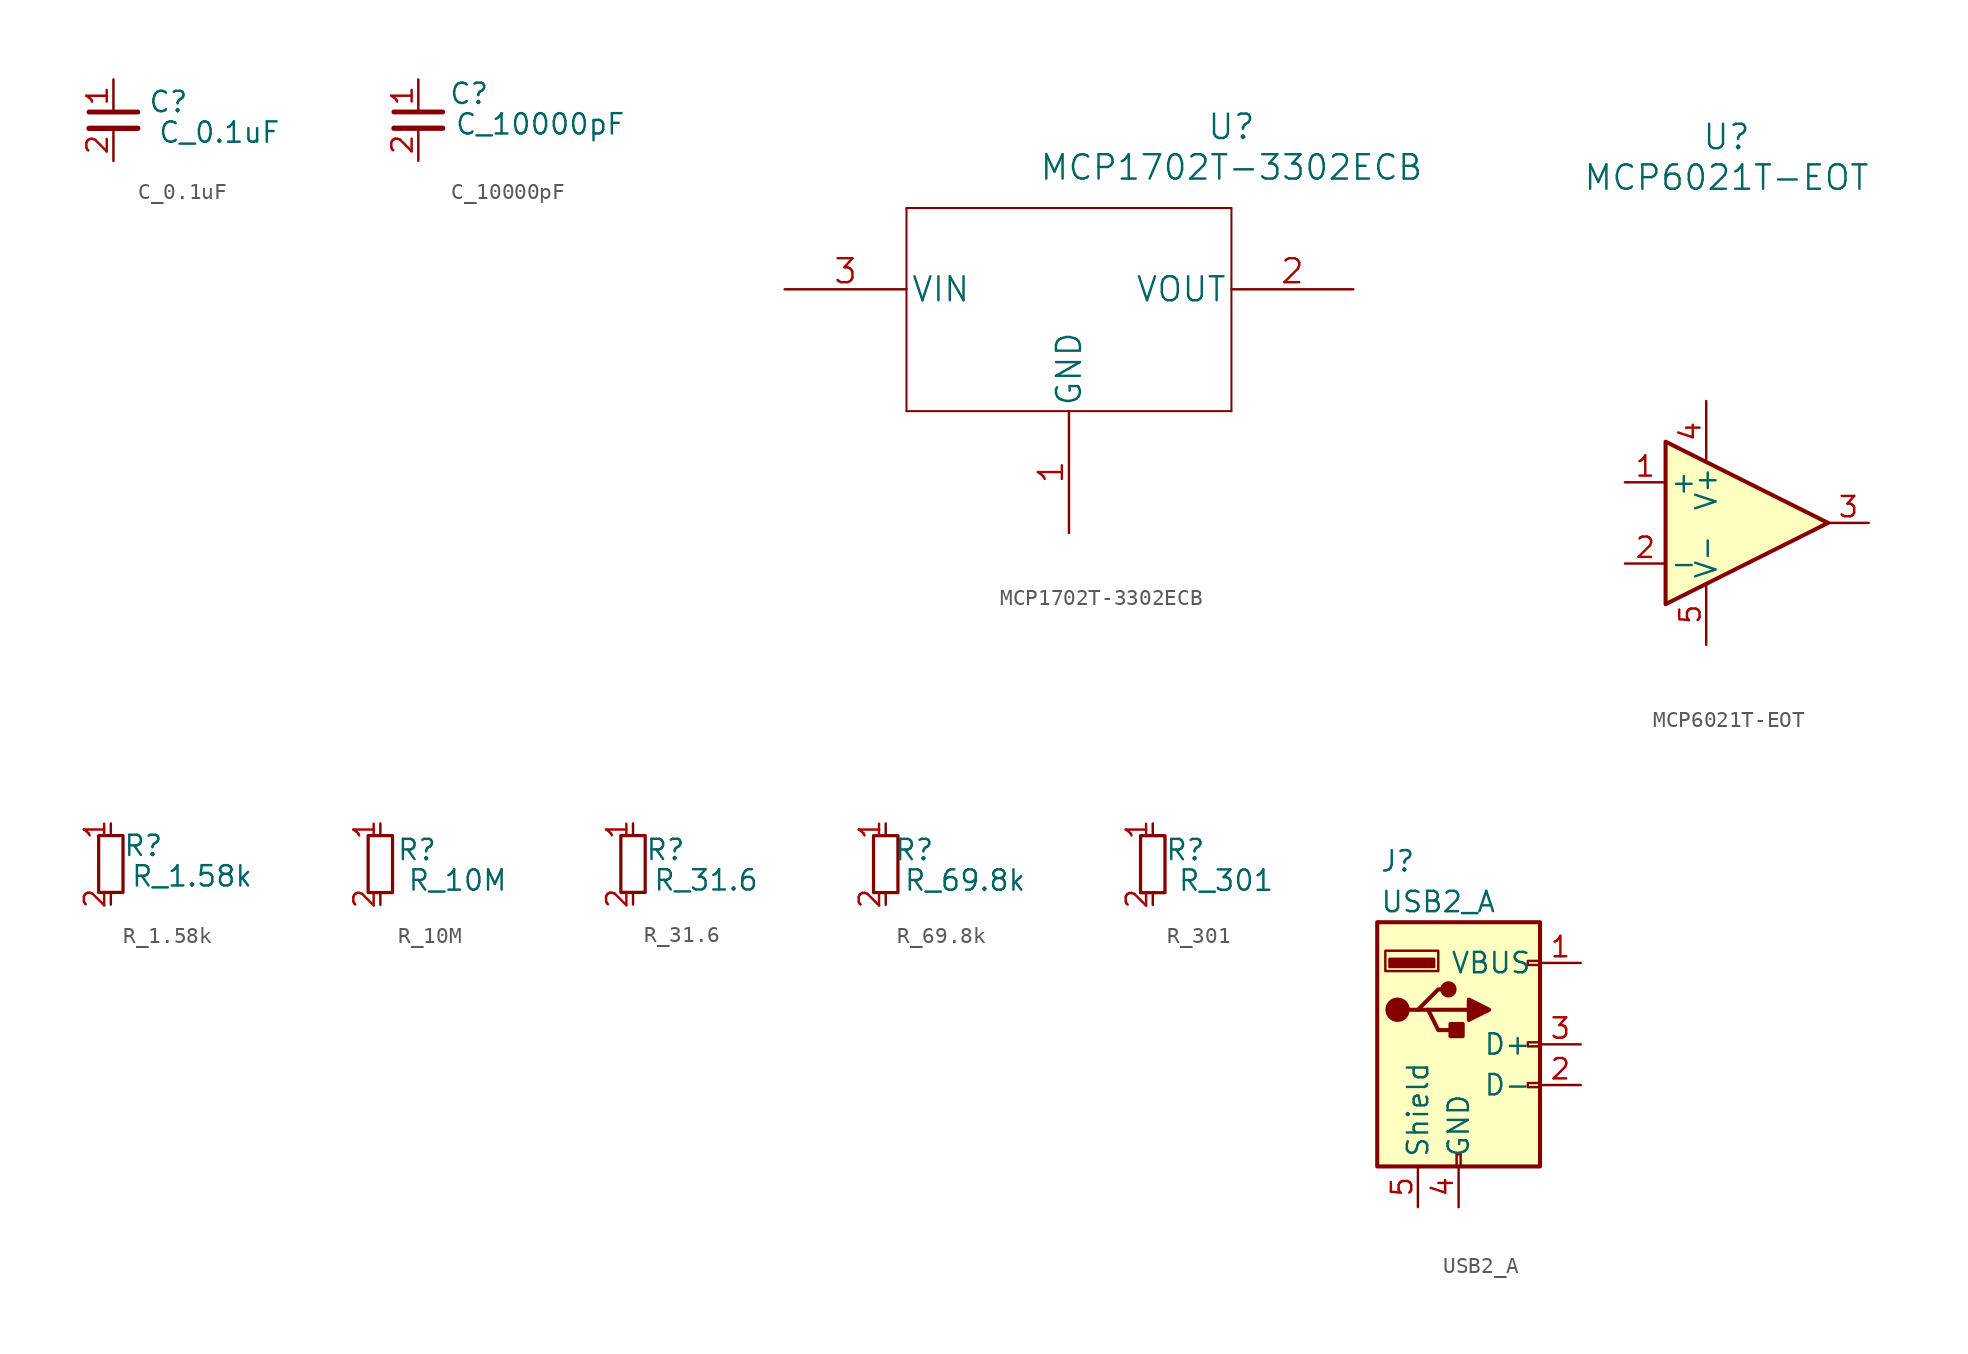
<source format=kicad_sym>
(kicad_symbol_lib
  (version 20211014)
  (generator kicad_symbol_editor)
  (symbol "C_0.1uF"
    (property "Reference" "C"
      (at -1.397 7.493 0)
      (effects (font (size 1.27 1.27))))
    (property "Value" "C_0.1uF"
      (at 1.778 5.588 0)
      (effects (font (size 1.27 1.27))))
    (symbol "C_0.1uF_0_1"
      (polyline (pts (xy -6.35 5.842) (xy -3.302 5.842)) (stroke (width 0.33) (type default) (color 0 0 0 0)) (fill (type none)))
      (polyline (pts (xy -6.35 6.858) (xy -3.302 6.858)) (stroke (width 0.305) (type default) (color 0 0 0 0)) (fill (type none))))
    (symbol "C_0.1uF_1_1"
      (pin passive line (at -4.826 8.89 270) (length 2.032) (name "~" (effects (font (size 1.27 1.27)))) (number "1" (effects (font (size 1.27 1.27)))))
      (pin passive line (at -4.826 3.81 90) (length 2.032) (name "~" (effects (font (size 1.27 1.27)))) (number "2" (effects (font (size 1.27 1.27)))))))
  (symbol "C_10000pF"
    (property "Reference" "C"
      (at -1.397 10.033 0)
      (effects (font (size 1.27 1.27))))
    (property "Value" "C_10000pF"
      (at 3.048 8.128 0)
      (effects (font (size 1.27 1.27))))
    (symbol "C_10000pF_0_1"
      (polyline (pts (xy -6.096 7.874) (xy -3.048 7.874)) (stroke (width 0.33) (type default) (color 0 0 0 0)) (fill (type none)))
      (polyline (pts (xy -6.096 8.89) (xy -3.048 8.89)) (stroke (width 0.305) (type default) (color 0 0 0 0)) (fill (type none))))
    (symbol "C_10000pF_1_1"
      (pin passive line (at -4.572 10.922 270) (length 2.032) (name "~" (effects (font (size 1.27 1.27)))) (number "1" (effects (font (size 1.27 1.27)))))
      (pin passive line (at -4.572 5.842 90) (length 2.032) (name "~" (effects (font (size 1.27 1.27)))) (number "2" (effects (font (size 1.27 1.27)))))))
  (symbol "MCP1702T-3302ECB"
    (pin_names
      (offset 0.254))
    (property "Reference" "U"
      (at 27.94 10.16 0)
      (effects (font (size 1.524 1.524))))
    (property "Value" "MCP1702T-3302ECB"
      (at 27.94 7.62 0)
      (effects (font (size 1.524 1.524))))
    (symbol "MCP1702T-3302ECB_1_1"
      (polyline (pts (xy 7.62 -7.62) (xy 27.94 -7.62)) (stroke (width 0.127) (type default) (color 0 0 0 0)) (fill (type none)))
      (polyline (pts (xy 7.62 5.08) (xy 7.62 -7.62)) (stroke (width 0.127) (type default) (color 0 0 0 0)) (fill (type none)))
      (polyline (pts (xy 27.94 -7.62) (xy 27.94 5.08)) (stroke (width 0.127) (type default) (color 0 0 0 0)) (fill (type none)))
      (polyline (pts (xy 27.94 5.08) (xy 7.62 5.08)) (stroke (width 0.127) (type default) (color 0 0 0 0)) (fill (type none)))
      (pin power_in line (at 17.78 -15.24 90) (length 7.62) (name "GND" (effects (font (size 1.499 1.499)))) (number "1" (effects (font (size 1.499 1.499)))))
      (pin power_out line (at 35.56 0 180) (length 7.62) (name "VOUT" (effects (font (size 1.499 1.499)))) (number "2" (effects (font (size 1.499 1.499)))))
      (pin power_in line (at 0 0 0) (length 7.62) (name "VIN" (effects (font (size 1.499 1.499)))) (number "3" (effects (font (size 1.499 1.499)))))))
  (symbol "MCP6021T-EOT"
    (pin_names
      (offset 0.254))
    (property "Reference" "U"
      (at 30.48 10.16 0)
      (effects (font (size 1.524 1.524))))
    (property "Value" "MCP6021T-EOT"
      (at 30.48 7.62 0)
      (effects (font (size 1.524 1.524))))
    (symbol "MCP6021T-EOT_0_1"
      (polyline (pts (xy 36.83 -13.97) (xy 26.67 -8.89) (xy 26.67 -19.05) (xy 36.83 -13.97)) (stroke (width 0.254) (type default) (color 0 0 0 0)) (fill (type background))))
    (symbol "MCP6021T-EOT_1_1"
      (pin input line (at 24.13 -11.43 0) (length 2.54) (name "+" (effects (font (size 1.27 1.27)))) (number "1" (effects (font (size 1.27 1.27)))))
      (pin input line (at 24.13 -16.51 0) (length 2.54) (name "-" (effects (font (size 1.27 1.27)))) (number "2" (effects (font (size 1.27 1.27)))))
      (pin output line (at 39.37 -13.97 180) (length 2.54) (name "~" (effects (font (size 1.27 1.27)))) (number "3" (effects (font (size 1.27 1.27)))))
      (pin power_in line (at 29.21 -6.35 270) (length 3.81) (name "V+" (effects (font (size 1.27 1.27)))) (number "4" (effects (font (size 1.27 1.27)))))
      (pin power_in line (at 29.21 -21.59 90) (length 3.81) (name "V-" (effects (font (size 1.27 1.27)))) (number "5" (effects (font (size 1.27 1.27)))))))
  (symbol "R_1.58k"
    (property "Reference" "R"
      (at -8.382 3.683 0)
      (effects (font (size 1.27 1.27))))
    (property "Value" "R_1.58k"
      (at -5.334 1.778 0)
      (effects (font (size 1.27 1.27))))
    (symbol "R_1.58k_0_1"
      (rectangle (start -11.176 4.318) (end -9.652 0.762) (stroke (width 0.203) (type default) (color 0 0 0 0)) (fill (type none))))
    (symbol "R_1.58k_1_1"
      (pin passive line (at -10.414 5.08 270) (length 0.762) (name "~" (effects (font (size 1.27 1.27)))) (number "1" (effects (font (size 1.27 1.27)))))
      (pin passive line (at -10.414 0 90) (length 0.762) (name "~" (effects (font (size 1.27 1.27)))) (number "2" (effects (font (size 1.27 1.27)))))))
  (symbol "R_10M"
    (property "Reference" "R"
      (at -8.382 6.223 0)
      (effects (font (size 1.27 1.27))))
    (property "Value" "R_10M"
      (at -5.842 4.318 0)
      (effects (font (size 1.27 1.27))))
    (symbol "R_10M_0_1"
      (rectangle (start -11.43 7.112) (end -9.906 3.556) (stroke (width 0.203) (type default) (color 0 0 0 0)) (fill (type none))))
    (symbol "R_10M_1_1"
      (pin passive line (at -10.668 7.874 270) (length 0.762) (name "~" (effects (font (size 1.27 1.27)))) (number "1" (effects (font (size 1.27 1.27)))))
      (pin passive line (at -10.668 2.794 90) (length 0.762) (name "~" (effects (font (size 1.27 1.27)))) (number "2" (effects (font (size 1.27 1.27)))))))
  (symbol "R_31.6"
    (property "Reference" "R"
      (at -8.382 3.683 0)
      (effects (font (size 1.27 1.27))))
    (property "Value" "R_31.6"
      (at -5.842 1.778 0)
      (effects (font (size 1.27 1.27))))
    (symbol "R_31.6_0_1"
      (rectangle (start -11.176 4.572) (end -9.652 1.016) (stroke (width 0.203) (type default) (color 0 0 0 0)) (fill (type none))))
    (symbol "R_31.6_1_1"
      (pin passive line (at -10.414 5.334 270) (length 0.762) (name "~" (effects (font (size 1.27 1.27)))) (number "1" (effects (font (size 1.27 1.27)))))
      (pin passive line (at -10.414 0.254 90) (length 0.762) (name "~" (effects (font (size 1.27 1.27)))) (number "2" (effects (font (size 1.27 1.27)))))))
  (symbol "R_69.8k"
    (property "Reference" "R"
      (at -5.842 3.683 0)
      (effects (font (size 1.27 1.27))))
    (property "Value" "R_69.8k"
      (at -2.667 1.778 0)
      (effects (font (size 1.27 1.27))))
    (symbol "R_69.8k_0_1"
      (rectangle (start -8.382 4.572) (end -6.858 1.016) (stroke (width 0.203) (type default) (color 0 0 0 0)) (fill (type none))))
    (symbol "R_69.8k_1_1"
      (pin passive line (at -7.62 5.334 270) (length 0.762) (name "~" (effects (font (size 1.27 1.27)))) (number "1" (effects (font (size 1.27 1.27)))))
      (pin passive line (at -7.62 0.254 90) (length 0.762) (name "~" (effects (font (size 1.27 1.27)))) (number "2" (effects (font (size 1.27 1.27)))))))
  (symbol "R_301"
    (property "Reference" "R"
      (at -5.842 3.683 0)
      (effects (font (size 1.27 1.27))))
    (property "Value" "R_301"
      (at -3.302 1.778 0)
      (effects (font (size 1.27 1.27))))
    (symbol "R_301_0_1"
      (rectangle (start -8.636 4.572) (end -7.112 1.016) (stroke (width 0.203) (type default) (color 0 0 0 0)) (fill (type none))))
    (symbol "R_301_1_1"
      (pin passive line (at -7.874 5.334 270) (length 0.762) (name "~" (effects (font (size 1.27 1.27)))) (number "1" (effects (font (size 1.27 1.27)))))
      (pin passive line (at -7.874 0.254 90) (length 0.762) (name "~" (effects (font (size 1.27 1.27)))) (number "2" (effects (font (size 1.27 1.27)))))))
  (symbol "USB2_A"
    (property "Reference" "J"
      (at -5.08 21.59 0)
      (effects (font (size 1.27 1.27))))
    (property "Value" "USB2_A"
      (at -2.54 19.05 0)
      (effects (font (size 1.27 1.27))))
    (symbol "USB2_A_0_1"
      (rectangle (start -6.35 2.54) (end 3.81 17.78) (stroke (width 0.254) (type default) (color 0 0 0 0)) (fill (type background)))
      (circle (center -5.08 12.319) (radius 0.635) (stroke (width 0.254) (type default) (color 0 0 0 0)) (fill (type outline)))
      (rectangle (start -2.794 14.986) (end -5.588 15.494) (stroke (width 0) (type default) (color 0 0 0 0)) (fill (type outline)))
      (rectangle (start -2.54 14.732) (end -5.842 16.002) (stroke (width 0) (type default) (color 0 0 0 0)) (fill (type none)))
      (circle (center -1.905 13.589) (radius 0.381) (stroke (width 0.254) (type default) (color 0 0 0 0)) (fill (type outline)))
      (rectangle (start -1.397 2.54) (end -1.143 3.302) (stroke (width 0) (type default) (color 0 0 0 0)) (fill (type none)))
      (rectangle (start -1.016 11.43) (end -1.778 10.668) (stroke (width 0.254) (type default) (color 0 0 0 0)) (fill (type outline)))
      (polyline (pts (xy -4.445 12.319) (xy -3.81 12.319) (xy -2.54 13.589) (xy -1.905 13.589)) (stroke (width 0.254) (type default) (color 0 0 0 0)) (fill (type none)))
      (polyline (pts (xy -3.81 12.319) (xy -3.175 12.319) (xy -2.54 11.049) (xy -1.27 11.049)) (stroke (width 0.254) (type default) (color 0 0 0 0)) (fill (type none)))
      (polyline (pts (xy -0.635 12.954) (xy -0.635 11.684) (xy 0.635 12.319) (xy -0.635 12.954)) (stroke (width 0.254) (type default) (color 0 0 0 0)) (fill (type outline)))
      (rectangle (start 3.81 7.493) (end 3.048 7.747) (stroke (width 0) (type default) (color 0 0 0 0)) (fill (type none)))
      (rectangle (start 3.81 10.033) (end 3.048 10.287) (stroke (width 0) (type default) (color 0 0 0 0)) (fill (type none)))
      (rectangle (start 3.81 15.113) (end 3.048 15.367) (stroke (width 0) (type default) (color 0 0 0 0)) (fill (type none))))
    (symbol "USB2_A_1_1"
      (polyline (pts (xy -3.175 12.319) (xy -0.635 12.319)) (stroke (width 0.254) (type default) (color 0 0 0 0)) (fill (type none)))
      (pin power_in line (at 6.35 15.24 180) (length 2.54) (name "VBUS" (effects (font (size 1.27 1.27)))) (number "1" (effects (font (size 1.27 1.27)))))
      (pin bidirectional line (at 6.35 7.62 180) (length 2.54) (name "D-" (effects (font (size 1.27 1.27)))) (number "2" (effects (font (size 1.27 1.27)))))
      (pin bidirectional line (at 6.35 10.16 180) (length 2.54) (name "D+" (effects (font (size 1.27 1.27)))) (number "3" (effects (font (size 1.27 1.27)))))
      (pin power_in line (at -1.27 0 90) (length 2.54) (name "GND" (effects (font (size 1.27 1.27)))) (number "4" (effects (font (size 1.27 1.27)))))
      (pin passive line (at -3.81 0 90) (length 2.54) (name "Shield" (effects (font (size 1.27 1.27)))) (number "5" (effects (font (size 1.27 1.27))))))))
</source>
